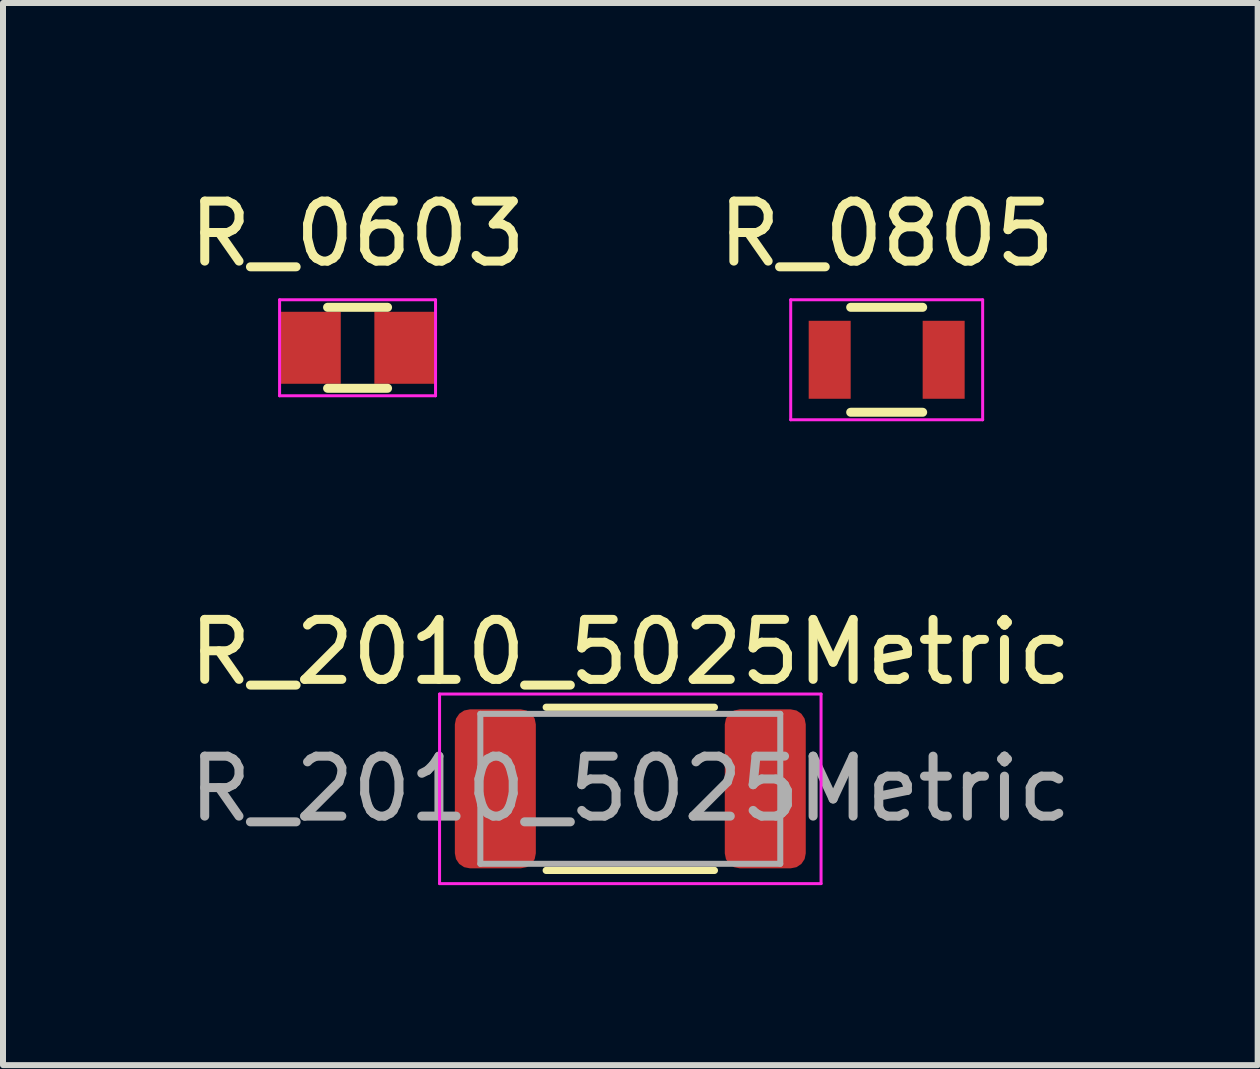
<source format=kicad_pcb>
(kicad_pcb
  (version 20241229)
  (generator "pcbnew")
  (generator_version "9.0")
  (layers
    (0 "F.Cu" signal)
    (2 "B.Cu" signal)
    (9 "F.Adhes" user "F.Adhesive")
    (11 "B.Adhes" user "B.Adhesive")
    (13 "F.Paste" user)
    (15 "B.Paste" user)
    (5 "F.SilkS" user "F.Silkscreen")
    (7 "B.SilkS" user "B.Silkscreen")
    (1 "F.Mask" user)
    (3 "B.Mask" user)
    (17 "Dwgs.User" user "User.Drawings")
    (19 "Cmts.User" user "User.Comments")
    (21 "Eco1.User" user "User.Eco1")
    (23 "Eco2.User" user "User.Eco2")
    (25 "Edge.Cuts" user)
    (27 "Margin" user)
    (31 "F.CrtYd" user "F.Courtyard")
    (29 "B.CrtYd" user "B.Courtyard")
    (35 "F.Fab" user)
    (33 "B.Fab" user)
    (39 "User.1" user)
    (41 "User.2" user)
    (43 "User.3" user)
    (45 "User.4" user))
  (footprint "R_0805"
    (layer "F.Cu")
    (at 11.732 2.948)
    (property "Reference" "R_0805" (at 0 -2.1 0) (layer "F.SilkS") (effects (font (size 1 1) (thickness 0.15))))
    (attr smd)
    (fp_line (start -0.6 -0.875) (end 0.6 -0.875) (stroke (width 0.15) (type solid)) (layer "F.SilkS"))
    (fp_line (start 0.6 0.875) (end -0.6 0.875) (stroke (width 0.15) (type solid)) (layer "F.SilkS"))
    (fp_line (start -1.6 -1) (end -1.6 1) (stroke (width 0.05) (type solid)) (layer "F.CrtYd"))
    (fp_line (start -1.6 -1) (end 1.6 -1) (stroke (width 0.05) (type solid)) (layer "F.CrtYd"))
    (fp_line (start -1.6 1) (end 1.6 1) (stroke (width 0.05) (type solid)) (layer "F.CrtYd"))
    (fp_line (start 1.6 -1) (end 1.6 1) (stroke (width 0.05) (type solid)) (layer "F.CrtYd"))
    (pad "1" smd rect (at -0.95 0) (size 0.7 1.3) (layers "F.Cu" "F.Mask" "F.Paste"))
    (pad "2" smd rect (at 0.95 0) (size 0.7 1.3) (layers "F.Cu" "F.Mask" "F.Paste")))
  (footprint "R_2010_5025Metric"
    (layer "F.Cu")
    (at 7.458 10.101)
    (property "Reference" "R_2010_5025Metric" (at 0 -2.28 180) (layer "F.SilkS") (effects (font (size 1 1) (thickness 0.15))))
    (attr smd)
    (fp_line (start -1.402 -1.36) (end 1.402 -1.36) (stroke (width 0.12) (type solid)) (layer "F.SilkS"))
    (fp_line (start -1.402 1.36) (end 1.402 1.36) (stroke (width 0.12) (type solid)) (layer "F.SilkS"))
    (fp_line (start -3.18 -1.58) (end 3.18 -1.58) (stroke (width 0.05) (type solid)) (layer "F.CrtYd"))
    (fp_line (start -3.18 1.58) (end -3.18 -1.58) (stroke (width 0.05) (type solid)) (layer "F.CrtYd"))
    (fp_line (start 3.18 -1.58) (end 3.18 1.58) (stroke (width 0.05) (type solid)) (layer "F.CrtYd"))
    (fp_line (start 3.18 1.58) (end -3.18 1.58) (stroke (width 0.05) (type solid)) (layer "F.CrtYd"))
    (fp_line (start -2.5 -1.25) (end 2.5 -1.25) (stroke (width 0.1) (type solid)) (layer "F.Fab"))
    (fp_line (start -2.5 1.25) (end -2.5 -1.25) (stroke (width 0.1) (type solid)) (layer "F.Fab"))
    (fp_line (start 2.5 -1.25) (end 2.5 1.25) (stroke (width 0.1) (type solid)) (layer "F.Fab"))
    (fp_line (start 2.5 1.25) (end -2.5 1.25) (stroke (width 0.1) (type solid)) (layer "F.Fab"))
    (fp_text user "${REFERENCE}" (at 0 0 180) (layer "F.Fab") (effects (font (size 1 1) (thickness 0.15))))
    (pad "1" smd roundrect (at -2.25 0) (size 1.35 2.65) (layers "F.Cu" "F.Mask" "F.Paste") (roundrect_rratio 0.185))
    (pad "2" smd roundrect (at 2.25 0) (size 1.35 2.65) (layers "F.Cu" "F.Mask" "F.Paste") (roundrect_rratio 0.185)))
  (footprint "R_0603"
    (layer "F.Cu")
    (at 2.911 2.748)
    (property "Reference" "R_0603" (at 0 -1.9 0) (layer "F.SilkS") (effects (font (size 1 1) (thickness 0.15))))
    (attr smd)
    (fp_line (start -0.5 -0.675) (end 0.5 -0.675) (stroke (width 0.15) (type solid)) (layer "F.SilkS"))
    (fp_line (start 0.5 0.675) (end -0.5 0.675) (stroke (width 0.15) (type solid)) (layer "F.SilkS"))
    (fp_line (start -1.3 -0.8) (end -1.3 0.8) (stroke (width 0.05) (type solid)) (layer "F.CrtYd"))
    (fp_line (start -1.3 -0.8) (end 1.3 -0.8) (stroke (width 0.05) (type solid)) (layer "F.CrtYd"))
    (fp_line (start -1.3 0.8) (end 1.3 0.8) (stroke (width 0.05) (type solid)) (layer "F.CrtYd"))
    (fp_line (start 1.3 -0.8) (end 1.3 0.8) (stroke (width 0.05) (type solid)) (layer "F.CrtYd"))
    (pad "1" smd rect (at -0.78 0) (size 1 1.2) (layers "F.Cu" "F.Mask" "F.Paste"))
    (pad "2" smd rect (at 0.78 0) (size 1 1.2) (layers "F.Cu" "F.Mask" "F.Paste")))
  (gr_rect
    (start -3 -3)
    (end 17.917 14.707)
    (stroke (width 0.1) (type default))
    (fill no)
    (layer "Edge.Cuts")))
</source>
